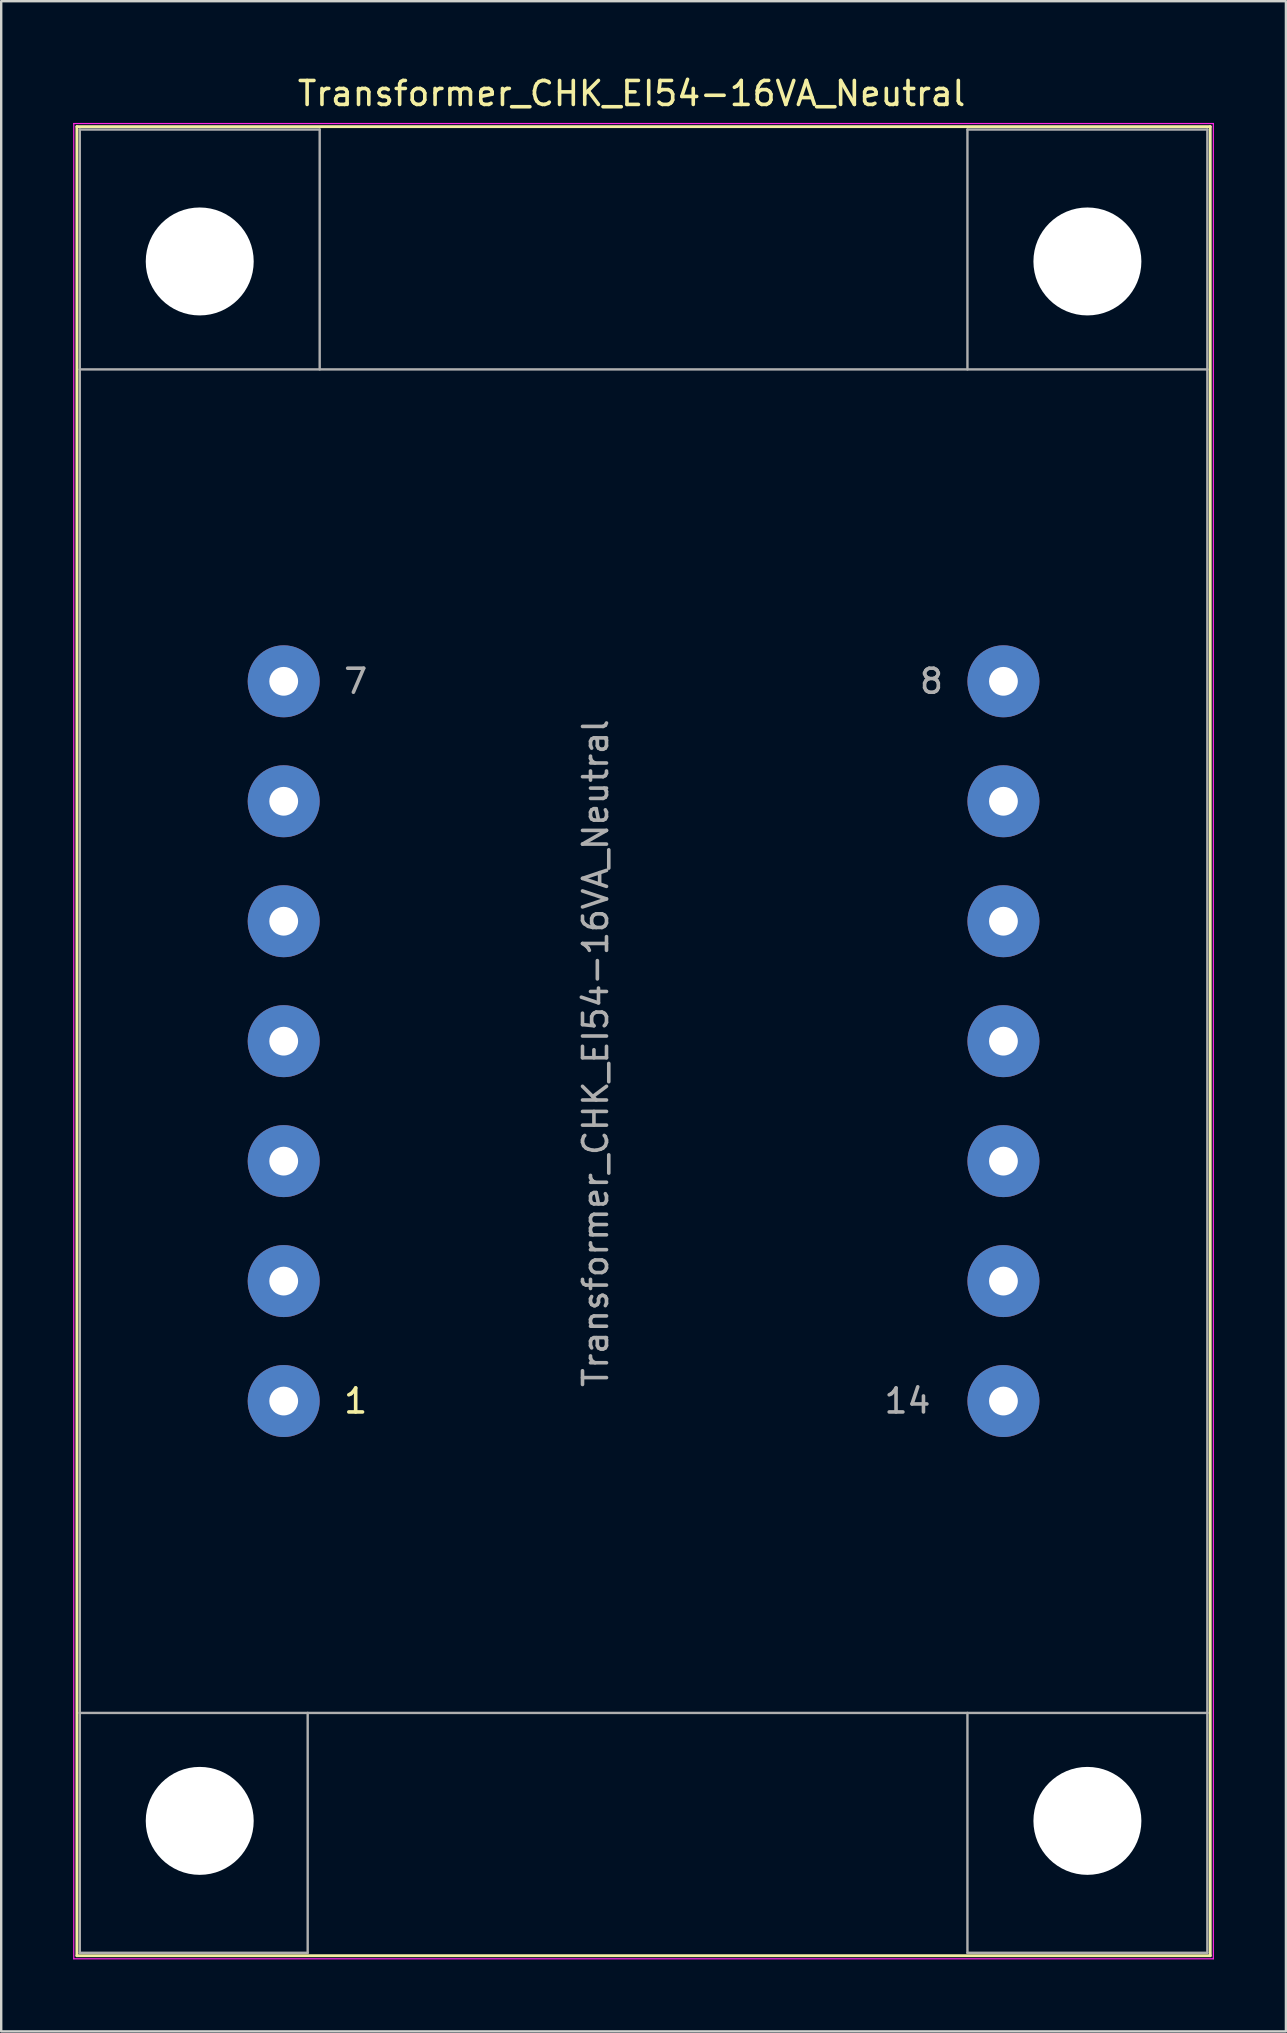
<source format=kicad_pcb>
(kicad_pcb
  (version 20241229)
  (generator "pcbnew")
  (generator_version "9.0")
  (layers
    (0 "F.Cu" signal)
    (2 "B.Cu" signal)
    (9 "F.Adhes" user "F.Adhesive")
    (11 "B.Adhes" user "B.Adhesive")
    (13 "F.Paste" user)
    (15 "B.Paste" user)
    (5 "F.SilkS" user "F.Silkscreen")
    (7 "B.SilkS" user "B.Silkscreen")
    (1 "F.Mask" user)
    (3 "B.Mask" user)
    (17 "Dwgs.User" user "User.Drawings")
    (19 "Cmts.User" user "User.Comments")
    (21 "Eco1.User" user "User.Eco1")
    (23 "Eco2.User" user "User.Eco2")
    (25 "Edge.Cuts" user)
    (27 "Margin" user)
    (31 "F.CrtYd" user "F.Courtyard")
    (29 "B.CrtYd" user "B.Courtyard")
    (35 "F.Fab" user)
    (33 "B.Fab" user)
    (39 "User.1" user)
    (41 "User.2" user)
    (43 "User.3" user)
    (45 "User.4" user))
  (footprint "Transformer_CHK_EI54-16VA_Neutral"
    (layer "F.Cu")
    (at 8.775 55.348)
    (property "Reference" "Transformer_CHK_EI54-16VA_Neutral" (at 14.5 -54.5 0) (layer "F.SilkS") (effects (font (size 1 1) (thickness 0.15))))
    (attr through_hole)
    (fp_line (start -8.62 -53.12) (end -8.62 23.12) (stroke (width 0.12) (type solid)) (layer "F.SilkS"))
    (fp_line (start -8.62 -53.12) (end 38.62 -53.12) (stroke (width 0.12) (type solid)) (layer "F.SilkS"))
    (fp_line (start 38.62 23.12) (end -8.62 23.12) (stroke (width 0.12) (type solid)) (layer "F.SilkS"))
    (fp_line (start 38.62 23.12) (end 38.62 -53.12) (stroke (width 0.12) (type solid)) (layer "F.SilkS"))
    (fp_line (start -8.75 -53.25) (end -8.75 23.25) (stroke (width 0.05) (type solid)) (layer "F.CrtYd"))
    (fp_line (start -8.75 -53.25) (end 38.75 -53.25) (stroke (width 0.05) (type solid)) (layer "F.CrtYd"))
    (fp_line (start 38.75 23.25) (end -8.75 23.25) (stroke (width 0.05) (type solid)) (layer "F.CrtYd"))
    (fp_line (start 38.75 23.25) (end 38.75 -53.25) (stroke (width 0.05) (type solid)) (layer "F.CrtYd"))
    (fp_line (start -8.5 -53) (end 1.5 -53) (stroke (width 0.1) (type solid)) (layer "F.Fab"))
    (fp_line (start -8.5 -43) (end -8.5 -53) (stroke (width 0.1) (type solid)) (layer "F.Fab"))
    (fp_line (start -8.5 -43) (end -8.5 13) (stroke (width 0.1) (type solid)) (layer "F.Fab"))
    (fp_line (start -8.5 13) (end -8.5 23) (stroke (width 0.1) (type solid)) (layer "F.Fab"))
    (fp_line (start -8.5 13) (end 38.5 13) (stroke (width 0.1) (type solid)) (layer "F.Fab"))
    (fp_line (start -8.5 23) (end 1 23) (stroke (width 0.1) (type solid)) (layer "F.Fab"))
    (fp_line (start 1 23) (end 1 13) (stroke (width 0.1) (type solid)) (layer "F.Fab"))
    (fp_line (start 1.5 -53) (end 1.5 -43) (stroke (width 0.1) (type solid)) (layer "F.Fab"))
    (fp_line (start 28.5 -53) (end 28.5 -43) (stroke (width 0.1) (type solid)) (layer "F.Fab"))
    (fp_line (start 28.5 23) (end 28.5 13) (stroke (width 0.1) (type solid)) (layer "F.Fab"))
    (fp_line (start 38.5 -53) (end 28.5 -53) (stroke (width 0.1) (type solid)) (layer "F.Fab"))
    (fp_line (start 38.5 -43) (end -8.5 -43) (stroke (width 0.1) (type solid)) (layer "F.Fab"))
    (fp_line (start 38.5 -43) (end 38.5 -53) (stroke (width 0.1) (type solid)) (layer "F.Fab"))
    (fp_line (start 38.5 13) (end 38.5 -43) (stroke (width 0.1) (type solid)) (layer "F.Fab"))
    (fp_line (start 38.5 13) (end 38.5 23) (stroke (width 0.1) (type solid)) (layer "F.Fab"))
    (fp_line (start 38.5 23) (end 28.5 23) (stroke (width 0.1) (type solid)) (layer "F.Fab"))
    (fp_text user "1" (at 3 0 0) (layer "F.SilkS") (effects (font (size 1 1) (thickness 0.15))))
    (fp_text user "8" (at 27 -30 0) (layer "F.Fab") (effects (font (size 1 1) (thickness 0.15))))
    (fp_text user "${REFERENCE}" (at 13 -14.5 90) (layer "F.Fab") (effects (font (size 1 1) (thickness 0.15))))
    (fp_text user "7" (at 3 -30 0) (layer "F.Fab") (effects (font (size 1 1) (thickness 0.15))))
    (fp_text user "14" (at 26 0 0) (layer "F.Fab") (effects (font (size 1 1) (thickness 0.15))))
    (pad "" np_thru_hole circle (at -3.5 -47.5) (size 4.5 4.5) (drill 4.5) (layers "*.Cu" "*.Mask"))
    (pad "" np_thru_hole circle (at -3.5 17.5) (size 4.5 4.5) (drill 4.5) (layers "*.Cu" "*.Mask"))
    (pad "" np_thru_hole circle (at 33.5 -47.5) (size 4.5 4.5) (drill 4.5) (layers "*.Cu" "*.Mask"))
    (pad "" np_thru_hole circle (at 33.5 17.5) (size 4.5 4.5) (drill 4.5) (layers "*.Cu" "*.Mask"))
    (pad "1" thru_hole circle (at 0 0) (size 3 3) (drill 1.2) (layers "*.Cu" "*.Mask"))
    (pad "2" thru_hole circle (at 0 -5) (size 3 3) (drill 1.2) (layers "*.Cu" "*.Mask"))
    (pad "3" thru_hole circle (at 0 -10) (size 3 3) (drill 1.2) (layers "*.Cu" "*.Mask"))
    (pad "4" thru_hole circle (at 0 -15) (size 3 3) (drill 1.2) (layers "*.Cu" "*.Mask"))
    (pad "5" thru_hole circle (at 0 -20) (size 3 3) (drill 1.2) (layers "*.Cu" "*.Mask"))
    (pad "6" thru_hole circle (at 0 -25) (size 3 3) (drill 1.2) (layers "*.Cu" "*.Mask"))
    (pad "7" thru_hole circle (at 0 -30) (size 3 3) (drill 1.2) (layers "*.Cu" "*.Mask"))
    (pad "8" thru_hole circle (at 30 -30) (size 3 3) (drill 1.2) (layers "*.Cu" "*.Mask"))
    (pad "9" thru_hole circle (at 30 -25) (size 3 3) (drill 1.2) (layers "*.Cu" "*.Mask"))
    (pad "10" thru_hole circle (at 30 -20) (size 3 3) (drill 1.2) (layers "*.Cu" "*.Mask"))
    (pad "11" thru_hole circle (at 30 -15) (size 3 3) (drill 1.2) (layers "*.Cu" "*.Mask"))
    (pad "12" thru_hole circle (at 30 -10) (size 3 3) (drill 1.2) (layers "*.Cu" "*.Mask"))
    (pad "13" thru_hole circle (at 30 -5) (size 3 3) (drill 1.2) (layers "*.Cu" "*.Mask"))
    (pad "14" thru_hole circle (at 30 0) (size 3 3) (drill 1.2) (layers "*.Cu" "*.Mask")))
  (gr_rect
    (start -3 -3)
    (end 50.55 81.623)
    (stroke (width 0.1) (type default))
    (fill no)
    (layer "Edge.Cuts")))
</source>
